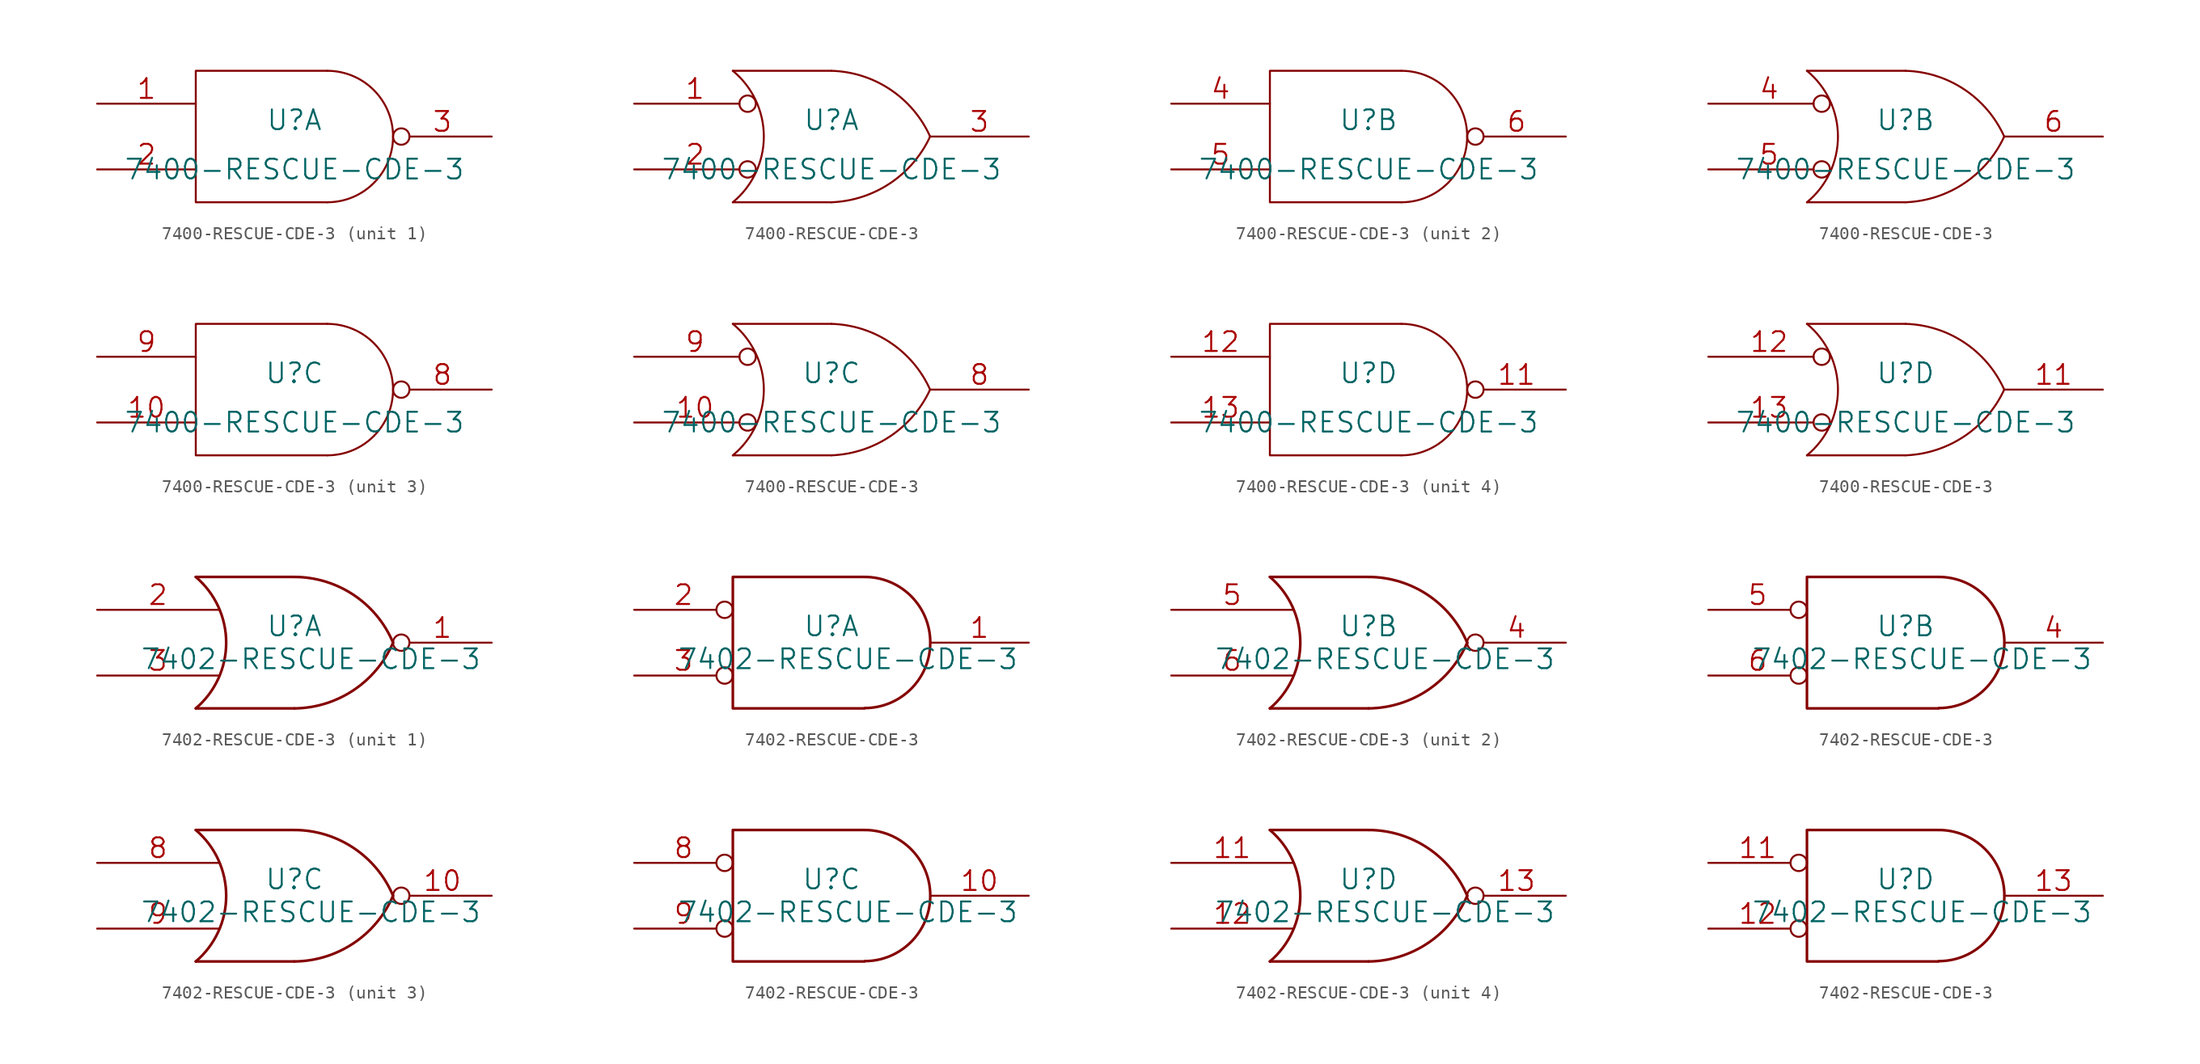
<source format=kicad_sym>
(kicad_symbol_lib
  (version 20241209)
  (generator "kicad_symbol_editor")
  (generator_version "9.0")
  (symbol "7400-RESCUE-CDE-3"
    (pin_names
      (offset 0.762))
    (property "Reference" "U"
      (at 0 1.27 0)
      (effects (font (size 1.524 1.524))))
    (property "Value" "7400-RESCUE-CDE-3"
      (at 0 -2.54 0)
      (effects (font (size 1.524 1.524))))
    (property "Footprint" ""
      (at 0 0 0)
      (effects (font (size 1.524 1.524))))
    (property "Datasheet" ""
      (at 0 0 0)
      (effects (font (size 1.524 1.524))))
    (symbol "7400-RESCUE-CDE-3_0_0"
      (pin power_in line (at -5.08 5.08 270) (length 0) (hide yes) (name "VCC" (effects (font (size 1.016 1.016)))) (number "14" (effects (font (size 1.016 1.016)))))
      (pin power_in line (at -5.08 -5.08 90) (length 0) (hide yes) (name "GND" (effects (font (size 1.016 1.016)))) (number "7" (effects (font (size 1.016 1.016))))))
    (symbol "7400-RESCUE-CDE-3_0_1"
      (polyline (pts (xy 2.54 5.08) (xy -7.62 5.08) (xy -7.62 -5.08) (xy 2.54 -5.08)) (stroke (width 0) (type solid)) (fill (type none)))
      (arc (start 2.54 5.08) (mid 7.62 0) (end 2.54 -5.08) (stroke (width 0) (type solid)) (fill (type none))))
    (symbol "7400-RESCUE-CDE-3_0_2"
      (arc (start -7.62 5.08) (mid -5.2253 0) (end -7.62 -5.08) (stroke (width 0) (type solid)) (fill (type none)))
      (polyline (pts (xy -7.62 5.08) (xy 0 5.08)) (stroke (width 0) (type solid)) (fill (type none)))
      (polyline (pts (xy -7.62 -5.08) (xy 0 -5.08)) (stroke (width 0) (type solid)) (fill (type none)))
      (arc (start 7.62 0) (mid 4.5285 -3.612) (end 0 -5.08) (stroke (width 0) (type solid)) (fill (type none)))
      (arc (start 0 5.08) (mid 4.5426 3.6351) (end 7.62 0) (stroke (width 0) (type solid)) (fill (type none))))
    (symbol "7400-RESCUE-CDE-3_1_1"
      (pin input line (at -15.24 2.54 0) (length 7.62) (name "~" (effects (font (size 1.524 1.524)))) (number "1" (effects (font (size 1.524 1.524)))))
      (pin input line (at -15.24 -2.54 0) (length 7.62) (name "~" (effects (font (size 1.524 1.524)))) (number "2" (effects (font (size 1.524 1.524)))))
      (pin output inverted (at 15.24 0 180) (length 7.62) (name "~" (effects (font (size 1.524 1.524)))) (number "3" (effects (font (size 1.524 1.524))))))
    (symbol "7400-RESCUE-CDE-3_1_2"
      (pin input inverted (at -15.24 2.54 0) (length 9.398) (name "~" (effects (font (size 1.524 1.524)))) (number "1" (effects (font (size 1.524 1.524)))))
      (pin input inverted (at -15.24 -2.54 0) (length 9.398) (name "~" (effects (font (size 1.524 1.524)))) (number "2" (effects (font (size 1.524 1.524)))))
      (pin output line (at 15.24 0 180) (length 7.62) (name "~" (effects (font (size 1.524 1.524)))) (number "3" (effects (font (size 1.524 1.524))))))
    (symbol "7400-RESCUE-CDE-3_2_1"
      (pin input line (at -15.24 2.54 0) (length 7.62) (name "~" (effects (font (size 1.524 1.524)))) (number "4" (effects (font (size 1.524 1.524)))))
      (pin input line (at -15.24 -2.54 0) (length 7.62) (name "~" (effects (font (size 1.524 1.524)))) (number "5" (effects (font (size 1.524 1.524)))))
      (pin output inverted (at 15.24 0 180) (length 7.62) (name "~" (effects (font (size 1.524 1.524)))) (number "6" (effects (font (size 1.524 1.524))))))
    (symbol "7400-RESCUE-CDE-3_2_2"
      (pin input inverted (at -15.24 2.54 0) (length 9.398) (name "~" (effects (font (size 1.524 1.524)))) (number "4" (effects (font (size 1.524 1.524)))))
      (pin input inverted (at -15.24 -2.54 0) (length 9.398) (name "~" (effects (font (size 1.524 1.524)))) (number "5" (effects (font (size 1.524 1.524)))))
      (pin output line (at 15.24 0 180) (length 7.62) (name "~" (effects (font (size 1.524 1.524)))) (number "6" (effects (font (size 1.524 1.524))))))
    (symbol "7400-RESCUE-CDE-3_3_1"
      (pin input line (at -15.24 2.54 0) (length 7.62) (name "~" (effects (font (size 1.524 1.524)))) (number "9" (effects (font (size 1.524 1.524)))))
      (pin input line (at -15.24 -2.54 0) (length 7.62) (name "~" (effects (font (size 1.524 1.524)))) (number "10" (effects (font (size 1.524 1.524)))))
      (pin output inverted (at 15.24 0 180) (length 7.62) (name "~" (effects (font (size 1.524 1.524)))) (number "8" (effects (font (size 1.524 1.524))))))
    (symbol "7400-RESCUE-CDE-3_3_2"
      (pin input inverted (at -15.24 2.54 0) (length 9.398) (name "~" (effects (font (size 1.524 1.524)))) (number "9" (effects (font (size 1.524 1.524)))))
      (pin input inverted (at -15.24 -2.54 0) (length 9.398) (name "~" (effects (font (size 1.524 1.524)))) (number "10" (effects (font (size 1.524 1.524)))))
      (pin output line (at 15.24 0 180) (length 7.62) (name "~" (effects (font (size 1.524 1.524)))) (number "8" (effects (font (size 1.524 1.524))))))
    (symbol "7400-RESCUE-CDE-3_4_1"
      (pin input line (at -15.24 2.54 0) (length 7.62) (name "~" (effects (font (size 1.524 1.524)))) (number "12" (effects (font (size 1.524 1.524)))))
      (pin input line (at -15.24 -2.54 0) (length 7.62) (name "~" (effects (font (size 1.524 1.524)))) (number "13" (effects (font (size 1.524 1.524)))))
      (pin output inverted (at 15.24 0 180) (length 7.62) (name "~" (effects (font (size 1.524 1.524)))) (number "11" (effects (font (size 1.524 1.524))))))
    (symbol "7400-RESCUE-CDE-3_4_2"
      (pin input inverted (at -15.24 2.54 0) (length 9.398) (name "~" (effects (font (size 1.524 1.524)))) (number "12" (effects (font (size 1.524 1.524)))))
      (pin input inverted (at -15.24 -2.54 0) (length 9.398) (name "~" (effects (font (size 1.524 1.524)))) (number "13" (effects (font (size 1.524 1.524)))))
      (pin output line (at 15.24 0 180) (length 7.62) (name "~" (effects (font (size 1.524 1.524)))) (number "11" (effects (font (size 1.524 1.524)))))))
  (symbol "7402-RESCUE-CDE-3"
    (pin_names
      (offset 0.762))
    (property "Reference" "U"
      (at 0 1.27 0)
      (effects (font (size 1.524 1.524))))
    (property "Value" "7402-RESCUE-CDE-3"
      (at 1.27 -1.27 0)
      (effects (font (size 1.524 1.524))))
    (property "Footprint" ""
      (at 0 0 0)
      (effects (font (size 1.524 1.524))))
    (property "Datasheet" ""
      (at 0 0 0)
      (effects (font (size 1.524 1.524))))
    (symbol "7402-RESCUE-CDE-3_0_0"
      (pin power_in line (at -5.08 5.08 270) (length 0) (hide yes) (name "VCC" (effects (font (size 1.016 1.016)))) (number "14" (effects (font (size 1.016 1.016)))))
      (pin power_in line (at -5.08 -5.08 90) (length 0) (hide yes) (name "GND" (effects (font (size 1.016 1.016)))) (number "7" (effects (font (size 1.016 1.016))))))
    (symbol "7402-RESCUE-CDE-3_0_1"
      (arc (start -7.62 5.08) (mid -5.2708 0) (end -7.62 -5.08) (stroke (width 0.2032) (type solid)) (fill (type none)))
      (polyline (pts (xy -7.62 5.08) (xy 0 5.08)) (stroke (width 0.203) (type solid)) (fill (type none)))
      (polyline (pts (xy -7.62 -5.08) (xy 0 -5.08)) (stroke (width 0.203) (type solid)) (fill (type none)))
      (arc (start 7.62 0) (mid 4.5684 -3.6712) (end 0 -5.08) (stroke (width 0.2032) (type solid)) (fill (type none)))
      (arc (start 0 5.08) (mid 4.577 3.6883) (end 7.62 0) (stroke (width 0.2032) (type solid)) (fill (type none))))
    (symbol "7402-RESCUE-CDE-3_0_2"
      (polyline (pts (xy 2.54 5.08) (xy -7.62 5.08) (xy -7.62 -5.08) (xy 2.54 -5.08)) (stroke (width 0.203) (type solid)) (fill (type none)))
      (arc (start 2.5654 5.08) (mid 7.6201 0.0001) (end 2.5654 -5.0546) (stroke (width 0.2032) (type solid)) (fill (type none))))
    (symbol "7402-RESCUE-CDE-3_1_1"
      (pin input line (at -15.24 2.54 0) (length 9.398) (name "~" (effects (font (size 1.524 1.524)))) (number "2" (effects (font (size 1.524 1.524)))))
      (pin input line (at -15.24 -2.54 0) (length 9.398) (name "~" (effects (font (size 1.524 1.524)))) (number "3" (effects (font (size 1.524 1.524)))))
      (pin output inverted (at 15.24 0 180) (length 7.62) (name "~" (effects (font (size 1.524 1.524)))) (number "1" (effects (font (size 1.524 1.524))))))
    (symbol "7402-RESCUE-CDE-3_1_2"
      (pin input inverted (at -15.24 2.54 0) (length 7.62) (name "~" (effects (font (size 1.524 1.524)))) (number "2" (effects (font (size 1.524 1.524)))))
      (pin input inverted (at -15.24 -2.54 0) (length 7.62) (name "~" (effects (font (size 1.524 1.524)))) (number "3" (effects (font (size 1.524 1.524)))))
      (pin output line (at 15.24 0 180) (length 7.62) (name "~" (effects (font (size 1.524 1.524)))) (number "1" (effects (font (size 1.524 1.524))))))
    (symbol "7402-RESCUE-CDE-3_2_1"
      (pin input line (at -15.24 2.54 0) (length 9.398) (name "~" (effects (font (size 1.524 1.524)))) (number "5" (effects (font (size 1.524 1.524)))))
      (pin input line (at -15.24 -2.54 0) (length 9.398) (name "~" (effects (font (size 1.524 1.524)))) (number "6" (effects (font (size 1.524 1.524)))))
      (pin output inverted (at 15.24 0 180) (length 7.62) (name "~" (effects (font (size 1.524 1.524)))) (number "4" (effects (font (size 1.524 1.524))))))
    (symbol "7402-RESCUE-CDE-3_2_2"
      (pin input inverted (at -15.24 2.54 0) (length 7.62) (name "~" (effects (font (size 1.524 1.524)))) (number "5" (effects (font (size 1.524 1.524)))))
      (pin input inverted (at -15.24 -2.54 0) (length 7.62) (name "~" (effects (font (size 1.524 1.524)))) (number "6" (effects (font (size 1.524 1.524)))))
      (pin output line (at 15.24 0 180) (length 7.62) (name "~" (effects (font (size 1.524 1.524)))) (number "4" (effects (font (size 1.524 1.524))))))
    (symbol "7402-RESCUE-CDE-3_3_1"
      (pin input line (at -15.24 2.54 0) (length 9.398) (name "~" (effects (font (size 1.524 1.524)))) (number "8" (effects (font (size 1.524 1.524)))))
      (pin input line (at -15.24 -2.54 0) (length 9.398) (name "~" (effects (font (size 1.524 1.524)))) (number "9" (effects (font (size 1.524 1.524)))))
      (pin output inverted (at 15.24 0 180) (length 7.62) (name "~" (effects (font (size 1.524 1.524)))) (number "10" (effects (font (size 1.524 1.524))))))
    (symbol "7402-RESCUE-CDE-3_3_2"
      (pin input inverted (at -15.24 2.54 0) (length 7.62) (name "~" (effects (font (size 1.524 1.524)))) (number "8" (effects (font (size 1.524 1.524)))))
      (pin input inverted (at -15.24 -2.54 0) (length 7.62) (name "~" (effects (font (size 1.524 1.524)))) (number "9" (effects (font (size 1.524 1.524)))))
      (pin output line (at 15.24 0 180) (length 7.62) (name "~" (effects (font (size 1.524 1.524)))) (number "10" (effects (font (size 1.524 1.524))))))
    (symbol "7402-RESCUE-CDE-3_4_1"
      (pin input line (at -15.24 2.54 0) (length 9.398) (name "~" (effects (font (size 1.524 1.524)))) (number "11" (effects (font (size 1.524 1.524)))))
      (pin input line (at -15.24 -2.54 0) (length 9.398) (name "~" (effects (font (size 1.524 1.524)))) (number "12" (effects (font (size 1.524 1.524)))))
      (pin output inverted (at 15.24 0 180) (length 7.62) (name "~" (effects (font (size 1.524 1.524)))) (number "13" (effects (font (size 1.524 1.524))))))
    (symbol "7402-RESCUE-CDE-3_4_2"
      (pin input inverted (at -15.24 2.54 0) (length 7.62) (name "~" (effects (font (size 1.524 1.524)))) (number "11" (effects (font (size 1.524 1.524)))))
      (pin input inverted (at -15.24 -2.54 0) (length 7.62) (name "~" (effects (font (size 1.524 1.524)))) (number "12" (effects (font (size 1.524 1.524)))))
      (pin output line (at 15.24 0 180) (length 7.62) (name "~" (effects (font (size 1.524 1.524)))) (number "13" (effects (font (size 1.524 1.524))))))))
</source>
